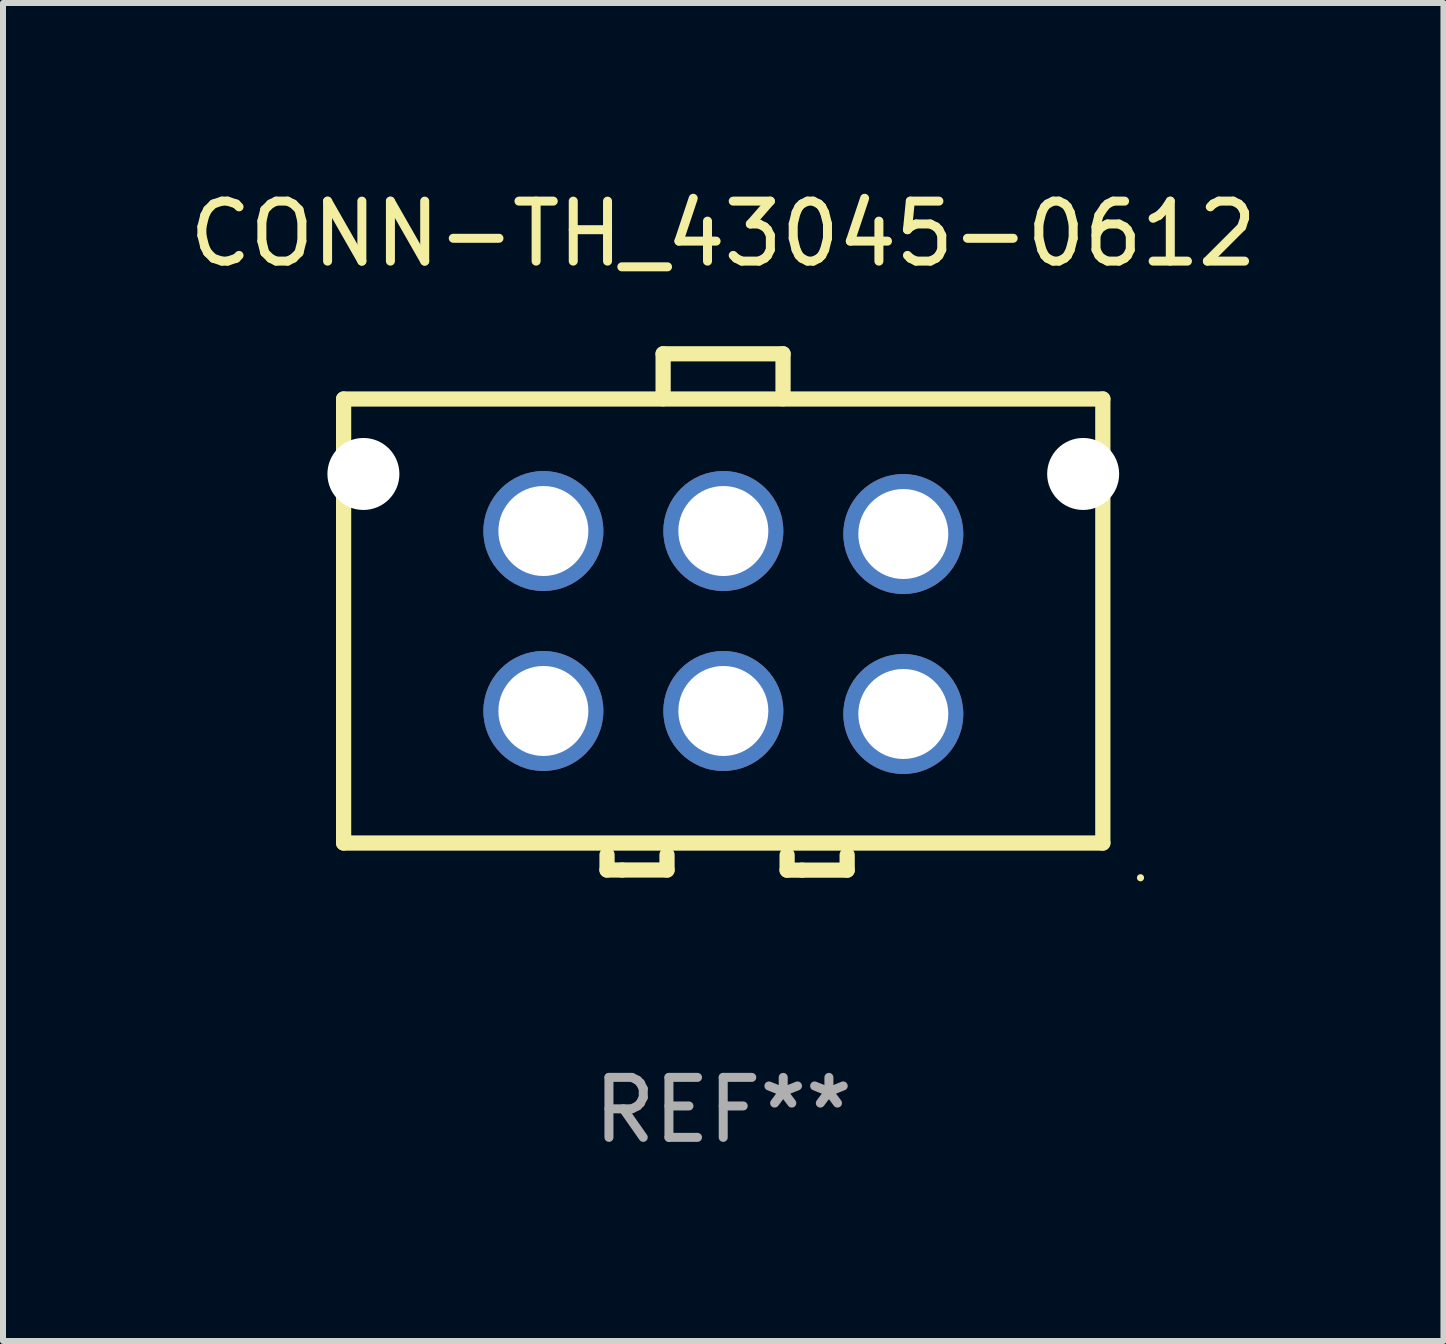
<source format=kicad_pcb>
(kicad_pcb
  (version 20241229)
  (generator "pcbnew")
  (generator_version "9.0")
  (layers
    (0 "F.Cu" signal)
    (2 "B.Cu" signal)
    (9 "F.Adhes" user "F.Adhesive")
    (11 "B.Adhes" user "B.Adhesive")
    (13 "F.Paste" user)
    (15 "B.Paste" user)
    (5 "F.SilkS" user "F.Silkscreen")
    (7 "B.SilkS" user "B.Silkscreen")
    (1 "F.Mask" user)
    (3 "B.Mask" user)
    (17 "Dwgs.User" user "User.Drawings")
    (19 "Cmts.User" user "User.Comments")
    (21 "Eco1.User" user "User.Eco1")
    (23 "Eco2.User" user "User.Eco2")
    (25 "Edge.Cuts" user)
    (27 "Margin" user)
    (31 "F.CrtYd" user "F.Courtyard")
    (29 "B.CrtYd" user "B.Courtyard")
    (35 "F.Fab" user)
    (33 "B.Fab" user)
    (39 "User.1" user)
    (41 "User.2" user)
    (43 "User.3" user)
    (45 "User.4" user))
  (footprint "CONN-TH_43045-0612"
    (layer "F.Cu")
    (at 9.008 7.327)
    (property "Reference" "CONN-TH_43045-0612" (at -0.002 -6.479 0) (layer "F.SilkS") (effects (font (size 1 1) (thickness 0.15))))
    (attr through_hole)
    (fp_line (start -6.33 -3.726) (end 6.326 -3.726) (stroke (width 0.254) (type solid)) (layer "F.SilkS"))
    (fp_line (start -6.33 3.675) (end -6.33 -3.725) (stroke (width 0.254) (type solid)) (layer "F.SilkS"))
    (fp_line (start -1.939 3.874) (end -1.939 4.126) (stroke (width 0.254) (type solid)) (layer "F.SilkS"))
    (fp_line (start -1.939 4.126) (end -1.688 4.126) (stroke (width 0.254) (type solid)) (layer "F.SilkS"))
    (fp_line (start -1.688 4.126) (end -0.939 4.126) (stroke (width 0.254) (type solid)) (layer "F.SilkS"))
    (fp_line (start -1.004 -4.479) (end 0.995 -4.479) (stroke (width 0.254) (type solid)) (layer "F.SilkS"))
    (fp_line (start -1.004 -3.729) (end -1.004 -4.479) (stroke (width 0.254) (type solid)) (layer "F.SilkS"))
    (fp_line (start -0.939 4.126) (end -0.939 3.874) (stroke (width 0.254) (type solid)) (layer "F.SilkS"))
    (fp_line (start 0.995 -4.479) (end 0.995 -3.729) (stroke (width 0.254) (type solid)) (layer "F.SilkS"))
    (fp_line (start 1.063 3.877) (end 1.063 4.128) (stroke (width 0.254) (type solid)) (layer "F.SilkS"))
    (fp_line (start 1.063 4.128) (end 1.314 4.128) (stroke (width 0.254) (type solid)) (layer "F.SilkS"))
    (fp_line (start 1.314 4.128) (end 2.064 4.128) (stroke (width 0.254) (type solid)) (layer "F.SilkS"))
    (fp_line (start 2.064 4.128) (end 2.064 3.877) (stroke (width 0.254) (type solid)) (layer "F.SilkS"))
    (fp_line (start 6.326 -3.726) (end 6.326 3.676) (stroke (width 0.254) (type solid)) (layer "F.SilkS"))
    (fp_line (start 6.326 3.676) (end -6.33 3.676) (stroke (width 0.254) (type solid)) (layer "F.SilkS"))
    (fp_circle (center 6.954 4.255) (end 6.984 4.255) (stroke (width 0.06) (type solid)) (fill no) (layer "F.SilkS"))
    (fp_text user "REF**" (at -0.002 8.128 0) (layer "F.Fab") (effects (font (size 1 1) (thickness 0.15))))
    (pad "" np_thru_hole circle (at -6 -2.476) (size 1.2 1.2) (drill 1.2) (layers "*.Cu" "*.Mask"))
    (pad "" np_thru_hole circle (at 5.998 -2.476) (size 1.2 1.2) (drill 1.2) (layers "*.Cu" "*.Mask"))
    (pad "1" thru_hole circle (at 3 1.525) (size 2 2) (drill 1.5) (layers "*.Cu" "*.Mask"))
    (pad "2" thru_hole circle (at 0.000102 1.475) (size 2 2) (drill 1.5) (layers "*.Cu" "*.Mask"))
    (pad "3" thru_hole circle (at -3 1.475) (size 2 2) (drill 1.5) (layers "*.Cu" "*.Mask"))
    (pad "4" thru_hole circle (at 3 -1.475) (size 2 2) (drill 1.5) (layers "*.Cu" "*.Mask"))
    (pad "5" thru_hole circle (at 0.000102 -1.525) (size 2 2) (drill 1.5) (layers "*.Cu" "*.Mask"))
    (pad "6" thru_hole circle (at -3 -1.525) (size 2 2) (drill 1.5) (layers "*.Cu" "*.Mask")))
  (gr_rect
    (start -3 -3)
    (end 21.012 19.304)
    (stroke (width 0.1) (type default))
    (fill no)
    (layer "Edge.Cuts")))
</source>
